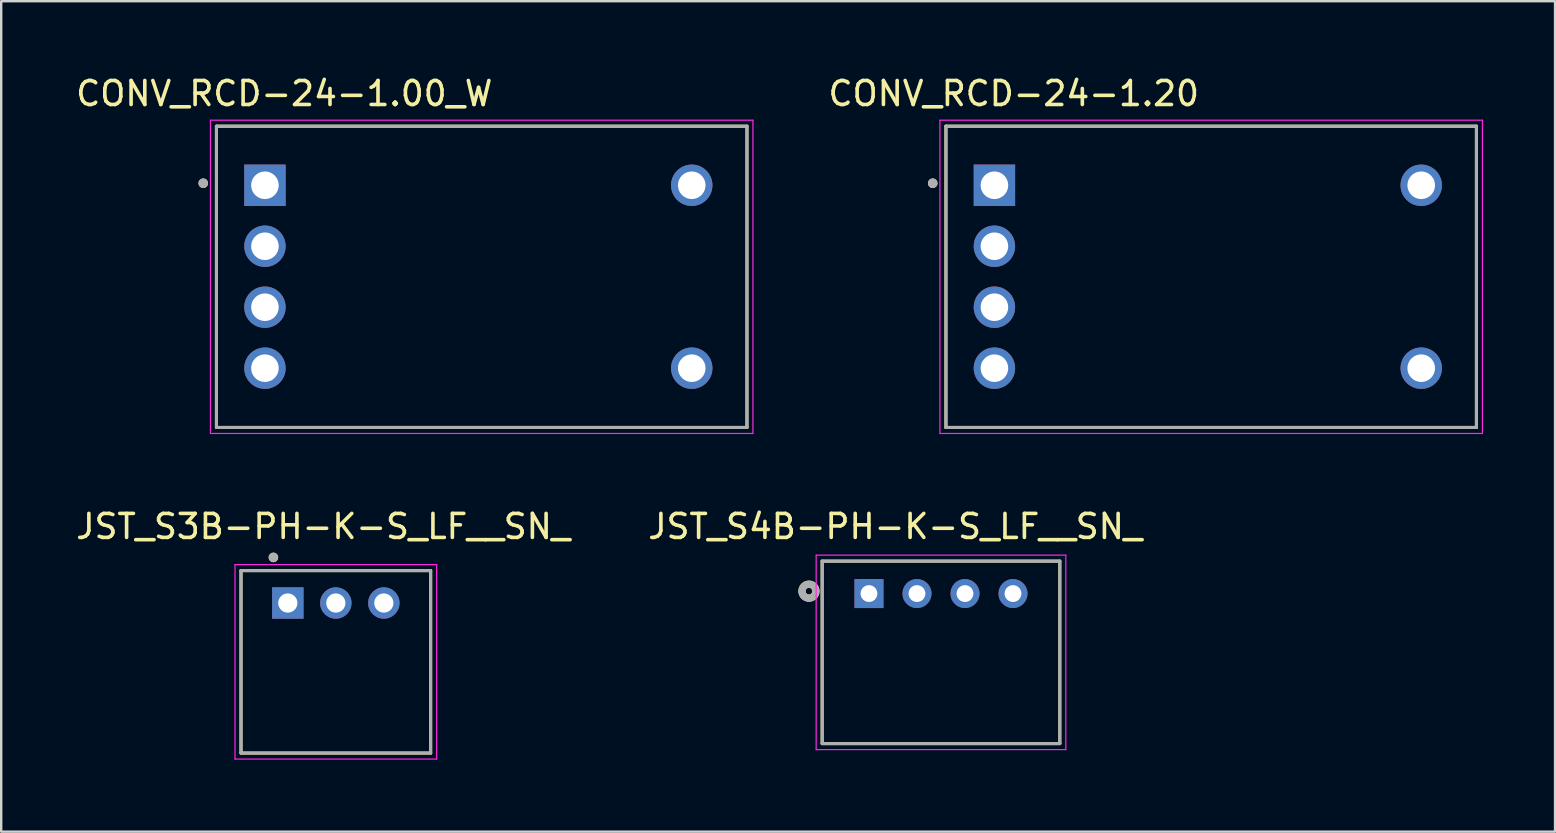
<source format=kicad_pcb>
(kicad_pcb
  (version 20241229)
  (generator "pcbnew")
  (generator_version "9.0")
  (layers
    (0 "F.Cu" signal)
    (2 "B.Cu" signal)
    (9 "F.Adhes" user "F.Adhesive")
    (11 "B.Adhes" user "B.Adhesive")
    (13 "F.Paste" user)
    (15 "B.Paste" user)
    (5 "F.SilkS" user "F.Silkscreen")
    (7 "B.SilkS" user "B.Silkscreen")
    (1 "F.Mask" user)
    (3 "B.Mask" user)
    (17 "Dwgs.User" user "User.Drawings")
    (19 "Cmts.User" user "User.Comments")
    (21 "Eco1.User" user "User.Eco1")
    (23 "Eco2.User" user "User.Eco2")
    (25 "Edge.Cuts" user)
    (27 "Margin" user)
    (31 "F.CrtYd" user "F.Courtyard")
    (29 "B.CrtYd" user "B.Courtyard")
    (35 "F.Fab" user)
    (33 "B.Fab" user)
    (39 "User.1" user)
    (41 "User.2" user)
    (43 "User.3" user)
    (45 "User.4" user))
  (footprint "JST_S3B-PH-K-S_LF__SN_"
    (layer "F.Cu")
    (at 8.94 22.071)
    (property "Reference" "JST_S3B-PH-K-S_LF__SN_" (at 1.474 -3.189 0) (layer "F.SilkS") (effects (font (size 1 1) (thickness 0.15))))
    (attr through_hole)
    (fp_line (start -1.95 -1.35) (end -1.95 6.25) (stroke (width 0.127) (type solid)) (layer "F.SilkS"))
    (fp_line (start -1.95 6.25) (end 5.95 6.25) (stroke (width 0.127) (type solid)) (layer "F.SilkS"))
    (fp_line (start 5.95 -1.35) (end -1.95 -1.35) (stroke (width 0.127) (type solid)) (layer "F.SilkS"))
    (fp_line (start 5.95 6.25) (end 5.95 -1.35) (stroke (width 0.127) (type solid)) (layer "F.SilkS"))
    (fp_circle (center -0.6 -1.9) (end -0.5 -1.9) (stroke (width 0.2) (type solid)) (fill no) (layer "F.SilkS"))
    (fp_line (start -2.2 -1.6) (end 6.2 -1.6) (stroke (width 0.05) (type solid)) (layer "F.CrtYd"))
    (fp_line (start -2.2 6.5) (end -2.2 -1.6) (stroke (width 0.05) (type solid)) (layer "F.CrtYd"))
    (fp_line (start 6.2 -1.6) (end 6.2 6.5) (stroke (width 0.05) (type solid)) (layer "F.CrtYd"))
    (fp_line (start 6.2 6.5) (end -2.2 6.5) (stroke (width 0.05) (type solid)) (layer "F.CrtYd"))
    (fp_line (start -1.95 -1.35) (end -1.95 6.25) (stroke (width 0.127) (type solid)) (layer "F.Fab"))
    (fp_line (start -1.95 6.25) (end 5.95 6.25) (stroke (width 0.127) (type solid)) (layer "F.Fab"))
    (fp_line (start 5.95 -1.35) (end -1.95 -1.35) (stroke (width 0.127) (type solid)) (layer "F.Fab"))
    (fp_line (start 5.95 6.25) (end 5.95 -1.35) (stroke (width 0.127) (type solid)) (layer "F.Fab"))
    (fp_circle (center -0.6 -1.9) (end -0.5 -1.9) (stroke (width 0.2) (type solid)) (fill no) (layer "F.Fab"))
    (pad "1" thru_hole rect (at 0 0) (size 1.308 1.308) (drill 0.8) (layers "*.Cu" "*.Mask"))
    (pad "2" thru_hole circle (at 2 0) (size 1.308 1.308) (drill 0.8) (layers "*.Cu" "*.Mask"))
    (pad "3" thru_hole circle (at 4 0) (size 1.308 1.308) (drill 0.8) (layers "*.Cu" "*.Mask")))
  (footprint "JST_S4B-PH-K-S_LF__SN_"
    (layer "F.Cu")
    (at 36.15 21.677)
    (property "Reference" "JST_S4B-PH-K-S_LF__SN_" (at -1.906 -2.795 0) (layer "F.SilkS") (effects (font (size 1 1) (thickness 0.15))))
    (attr through_hole)
    (fp_line (start -4.95 -1.35) (end 4.95 -1.35) (stroke (width 0.127) (type solid)) (layer "F.SilkS"))
    (fp_line (start -4.95 6.25) (end -4.95 -1.35) (stroke (width 0.127) (type solid)) (layer "F.SilkS"))
    (fp_line (start 4.95 -1.35) (end 4.95 6.25) (stroke (width 0.127) (type solid)) (layer "F.SilkS"))
    (fp_line (start 4.95 6.25) (end -4.95 6.25) (stroke (width 0.127) (type solid)) (layer "F.SilkS"))
    (fp_circle (center -5.5 -0.1) (end -5.359 -0.1) (stroke (width 0.3) (type solid)) (fill no) (layer "F.SilkS"))
    (fp_line (start -5.2 -1.6) (end 5.2 -1.6) (stroke (width 0.05) (type solid)) (layer "F.CrtYd"))
    (fp_line (start -5.2 6.5) (end -5.2 -1.6) (stroke (width 0.05) (type solid)) (layer "F.CrtYd"))
    (fp_line (start 5.2 -1.6) (end 5.2 6.5) (stroke (width 0.05) (type solid)) (layer "F.CrtYd"))
    (fp_line (start 5.2 6.5) (end -5.2 6.5) (stroke (width 0.05) (type solid)) (layer "F.CrtYd"))
    (fp_line (start -4.95 -1.35) (end 4.95 -1.35) (stroke (width 0.127) (type solid)) (layer "F.Fab"))
    (fp_line (start -4.95 6.25) (end -4.95 -1.35) (stroke (width 0.127) (type solid)) (layer "F.Fab"))
    (fp_line (start 4.95 -1.35) (end 4.95 6.25) (stroke (width 0.127) (type solid)) (layer "F.Fab"))
    (fp_line (start 4.95 6.25) (end -4.95 6.25) (stroke (width 0.127) (type solid)) (layer "F.Fab"))
    (fp_circle (center -5.5 -0.1) (end -5.359 -0.1) (stroke (width 0.3) (type solid)) (fill no) (layer "F.Fab"))
    (pad "1" thru_hole rect (at -3 0) (size 1.208 1.208) (drill 0.7) (layers "*.Cu" "*.Mask"))
    (pad "2" thru_hole circle (at -1 0) (size 1.208 1.208) (drill 0.7) (layers "*.Cu" "*.Mask"))
    (pad "3" thru_hole circle (at 1 0) (size 1.208 1.208) (drill 0.7) (layers "*.Cu" "*.Mask"))
    (pad "4" thru_hole circle (at 3 0) (size 1.208 1.208) (drill 0.7) (layers "*.Cu" "*.Mask")))
  (footprint "CONV_RCD-24-1.00_W"
    (layer "F.Cu")
    (at 17.017 8.483)
    (property "Reference" "CONV_RCD-24-1.00_W" (at -8.225 -7.635 0) (layer "F.SilkS") (effects (font (size 1 1) (thickness 0.15))))
    (attr through_hole)
    (fp_line (start -11.05 -6.275) (end 11.05 -6.275) (stroke (width 0.127) (type solid)) (layer "F.SilkS"))
    (fp_line (start -11.05 6.275) (end -11.05 -6.275) (stroke (width 0.127) (type solid)) (layer "F.SilkS"))
    (fp_line (start 11.05 -6.275) (end 11.05 6.275) (stroke (width 0.127) (type solid)) (layer "F.SilkS"))
    (fp_line (start 11.05 6.275) (end -11.05 6.275) (stroke (width 0.127) (type solid)) (layer "F.SilkS"))
    (fp_circle (center -11.6 -3.9) (end -11.5 -3.9) (stroke (width 0.2) (type solid)) (fill no) (layer "F.SilkS"))
    (fp_line (start -11.3 -6.525) (end 11.3 -6.525) (stroke (width 0.05) (type solid)) (layer "F.CrtYd"))
    (fp_line (start -11.3 6.525) (end -11.3 -6.525) (stroke (width 0.05) (type solid)) (layer "F.CrtYd"))
    (fp_line (start 11.3 -6.525) (end 11.3 6.525) (stroke (width 0.05) (type solid)) (layer "F.CrtYd"))
    (fp_line (start 11.3 6.525) (end -11.3 6.525) (stroke (width 0.05) (type solid)) (layer "F.CrtYd"))
    (fp_line (start -11.05 -6.275) (end -11.05 6.275) (stroke (width 0.127) (type solid)) (layer "F.Fab"))
    (fp_line (start -11.05 6.275) (end 11.05 6.275) (stroke (width 0.127) (type solid)) (layer "F.Fab"))
    (fp_line (start 11.05 -6.275) (end -11.05 -6.275) (stroke (width 0.127) (type solid)) (layer "F.Fab"))
    (fp_line (start 11.05 6.275) (end 11.05 -6.275) (stroke (width 0.127) (type solid)) (layer "F.Fab"))
    (fp_circle (center -11.6 -3.9) (end -11.5 -3.9) (stroke (width 0.2) (type solid)) (fill no) (layer "F.Fab"))
    (pad "1" thru_hole rect (at -9.03 -3.815) (size 1.725 1.725) (drill 1.15) (layers "*.Cu" "*.Mask"))
    (pad "2" thru_hole circle (at -9.03 -1.275) (size 1.725 1.725) (drill 1.15) (layers "*.Cu" "*.Mask"))
    (pad "3" thru_hole circle (at -9.03 1.265) (size 1.725 1.725) (drill 1.15) (layers "*.Cu" "*.Mask"))
    (pad "4" thru_hole circle (at -9.03 3.805) (size 1.725 1.725) (drill 1.15) (layers "*.Cu" "*.Mask"))
    (pad "5" thru_hole circle (at 8.75 3.805) (size 1.725 1.725) (drill 1.15) (layers "*.Cu" "*.Mask"))
    (pad "6" thru_hole circle (at 8.75 -3.815) (size 1.725 1.725) (drill 1.15) (layers "*.Cu" "*.Mask")))
  (footprint "CONV_RCD-24-1.20"
    (layer "F.Cu")
    (at 47.406 8.483)
    (property "Reference" "CONV_RCD-24-1.20" (at -8.225 -7.635 0) (layer "F.SilkS") (effects (font (size 1 1) (thickness 0.15))))
    (attr through_hole)
    (fp_line (start -11.05 -6.275) (end 11.05 -6.275) (stroke (width 0.127) (type solid)) (layer "F.SilkS"))
    (fp_line (start -11.05 6.275) (end -11.05 -6.275) (stroke (width 0.127) (type solid)) (layer "F.SilkS"))
    (fp_line (start 11.05 -6.275) (end 11.05 6.275) (stroke (width 0.127) (type solid)) (layer "F.SilkS"))
    (fp_line (start 11.05 6.275) (end -11.05 6.275) (stroke (width 0.127) (type solid)) (layer "F.SilkS"))
    (fp_circle (center -11.6 -3.9) (end -11.5 -3.9) (stroke (width 0.2) (type solid)) (fill no) (layer "F.SilkS"))
    (fp_line (start -11.3 -6.525) (end 11.3 -6.525) (stroke (width 0.05) (type solid)) (layer "F.CrtYd"))
    (fp_line (start -11.3 6.525) (end -11.3 -6.525) (stroke (width 0.05) (type solid)) (layer "F.CrtYd"))
    (fp_line (start 11.3 -6.525) (end 11.3 6.525) (stroke (width 0.05) (type solid)) (layer "F.CrtYd"))
    (fp_line (start 11.3 6.525) (end -11.3 6.525) (stroke (width 0.05) (type solid)) (layer "F.CrtYd"))
    (fp_line (start -11.05 -6.275) (end -11.05 6.275) (stroke (width 0.127) (type solid)) (layer "F.Fab"))
    (fp_line (start -11.05 6.275) (end 11.05 6.275) (stroke (width 0.127) (type solid)) (layer "F.Fab"))
    (fp_line (start 11.05 -6.275) (end -11.05 -6.275) (stroke (width 0.127) (type solid)) (layer "F.Fab"))
    (fp_line (start 11.05 6.275) (end 11.05 -6.275) (stroke (width 0.127) (type solid)) (layer "F.Fab"))
    (fp_circle (center -11.6 -3.9) (end -11.5 -3.9) (stroke (width 0.2) (type solid)) (fill no) (layer "F.Fab"))
    (pad "1" thru_hole rect (at -9.03 -3.815) (size 1.725 1.725) (drill 1.15) (layers "*.Cu" "*.Mask"))
    (pad "2" thru_hole circle (at -9.03 -1.275) (size 1.725 1.725) (drill 1.15) (layers "*.Cu" "*.Mask"))
    (pad "3" thru_hole circle (at -9.03 1.265) (size 1.725 1.725) (drill 1.15) (layers "*.Cu" "*.Mask"))
    (pad "4" thru_hole circle (at -9.03 3.805) (size 1.725 1.725) (drill 1.15) (layers "*.Cu" "*.Mask"))
    (pad "5" thru_hole circle (at 8.75 3.805) (size 1.725 1.725) (drill 1.15) (layers "*.Cu" "*.Mask"))
    (pad "6" thru_hole circle (at 8.75 -3.815) (size 1.725 1.725) (drill 1.15) (layers "*.Cu" "*.Mask")))
  (gr_rect
    (start -3 -3)
    (end 61.731 31.596)
    (stroke (width 0.1) (type default))
    (fill no)
    (layer "Edge.Cuts")))
</source>
